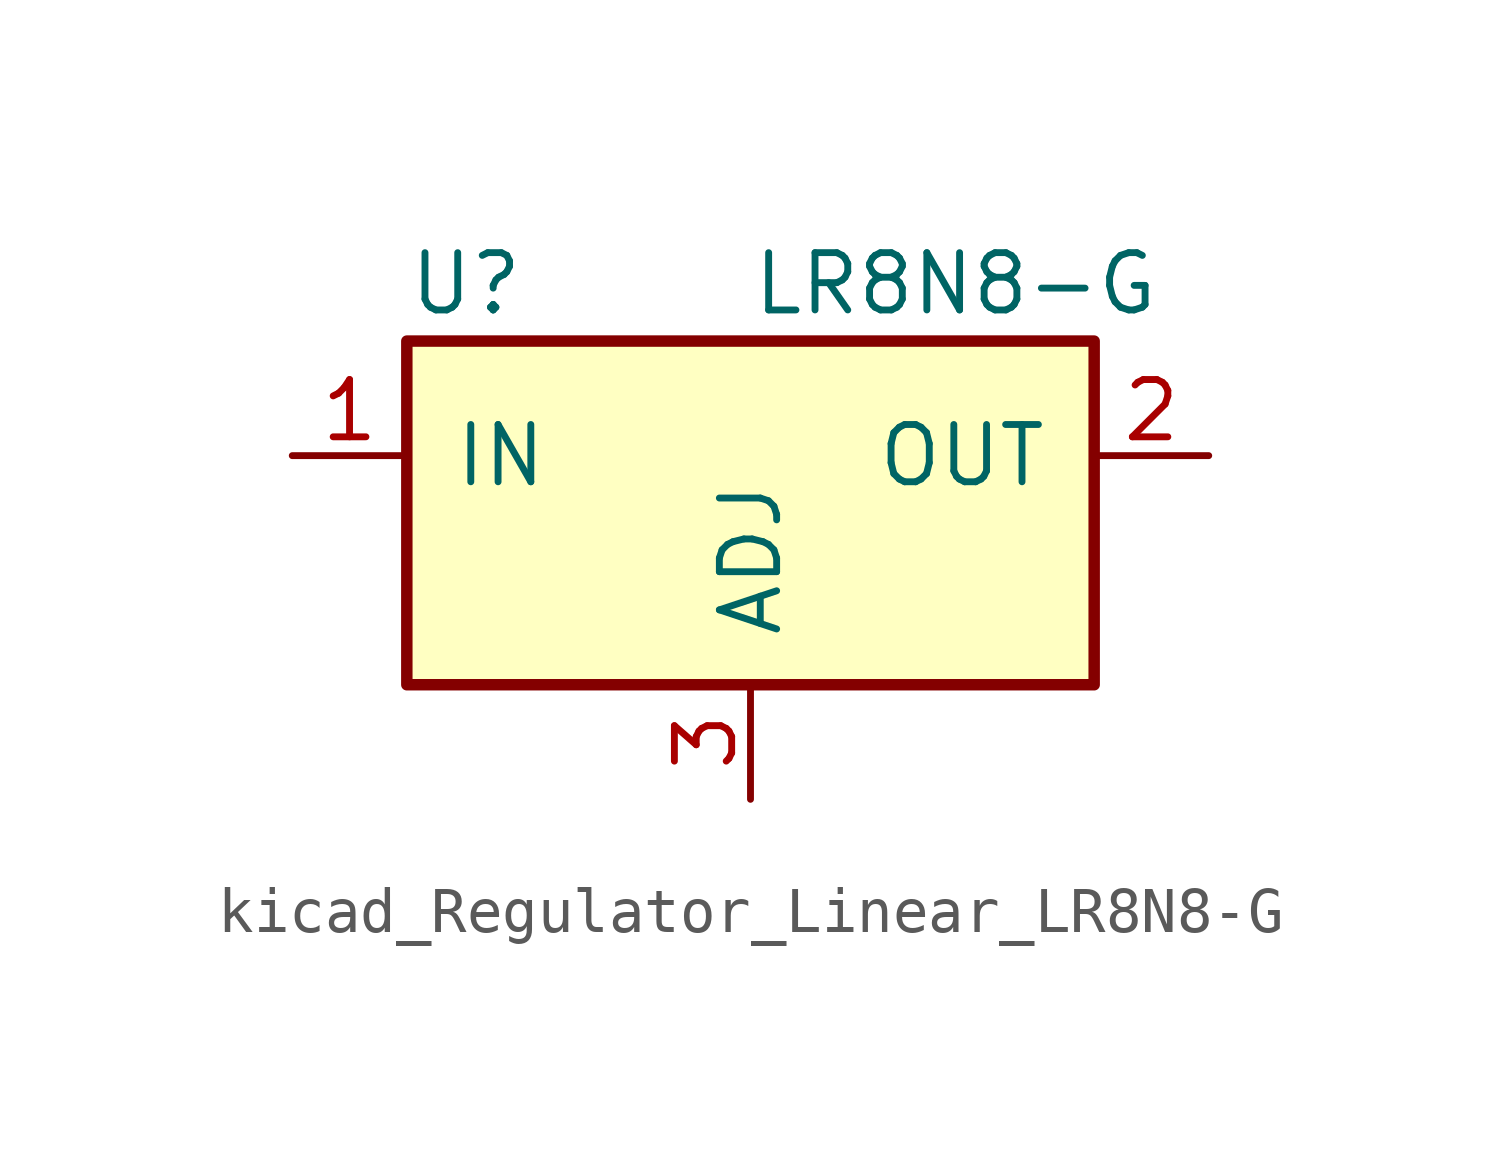
<source format=kicad_sym>
(kicad_symbol_lib
  (version 20220914)
  (generator kicad_symbol_editor)
  (symbol "kicad_Regulator_Linear_LR8N8-G"
    (pin_names
      (offset 1.016))
    (property "Reference" "U"
      (at -7.62 3.81 0)
      (effects (font (size 1.27 1.27)) (justify left)))
    (property "Value" "LR8N8-G"
      (at 0 3.81 0)
      (effects (font (size 1.27 1.27)) (justify left)))
    (symbol "kicad_Regulator_Linear_LR8N8-G_0_1"
      (rectangle (start -7.62 2.54) (end 7.62 -5.08) (stroke (width 0.254) (type default)) (fill (type background))))
    (symbol "kicad_Regulator_Linear_LR8N8-G_1_1"
      (pin input line (at -10.16 0 0) (length 2.54) (name "IN" (effects (font (size 1.27 1.27)))) (number "1" (effects (font (size 1.27 1.27)))))
      (pin power_out line (at 10.16 0 180) (length 2.54) (name "OUT" (effects (font (size 1.27 1.27)))) (number "2" (effects (font (size 1.27 1.27)))))
      (pin input line (at 0 -7.62 90) (length 2.54) (name "ADJ" (effects (font (size 1.27 1.27)))) (number "3" (effects (font (size 1.27 1.27))))))))
</source>
